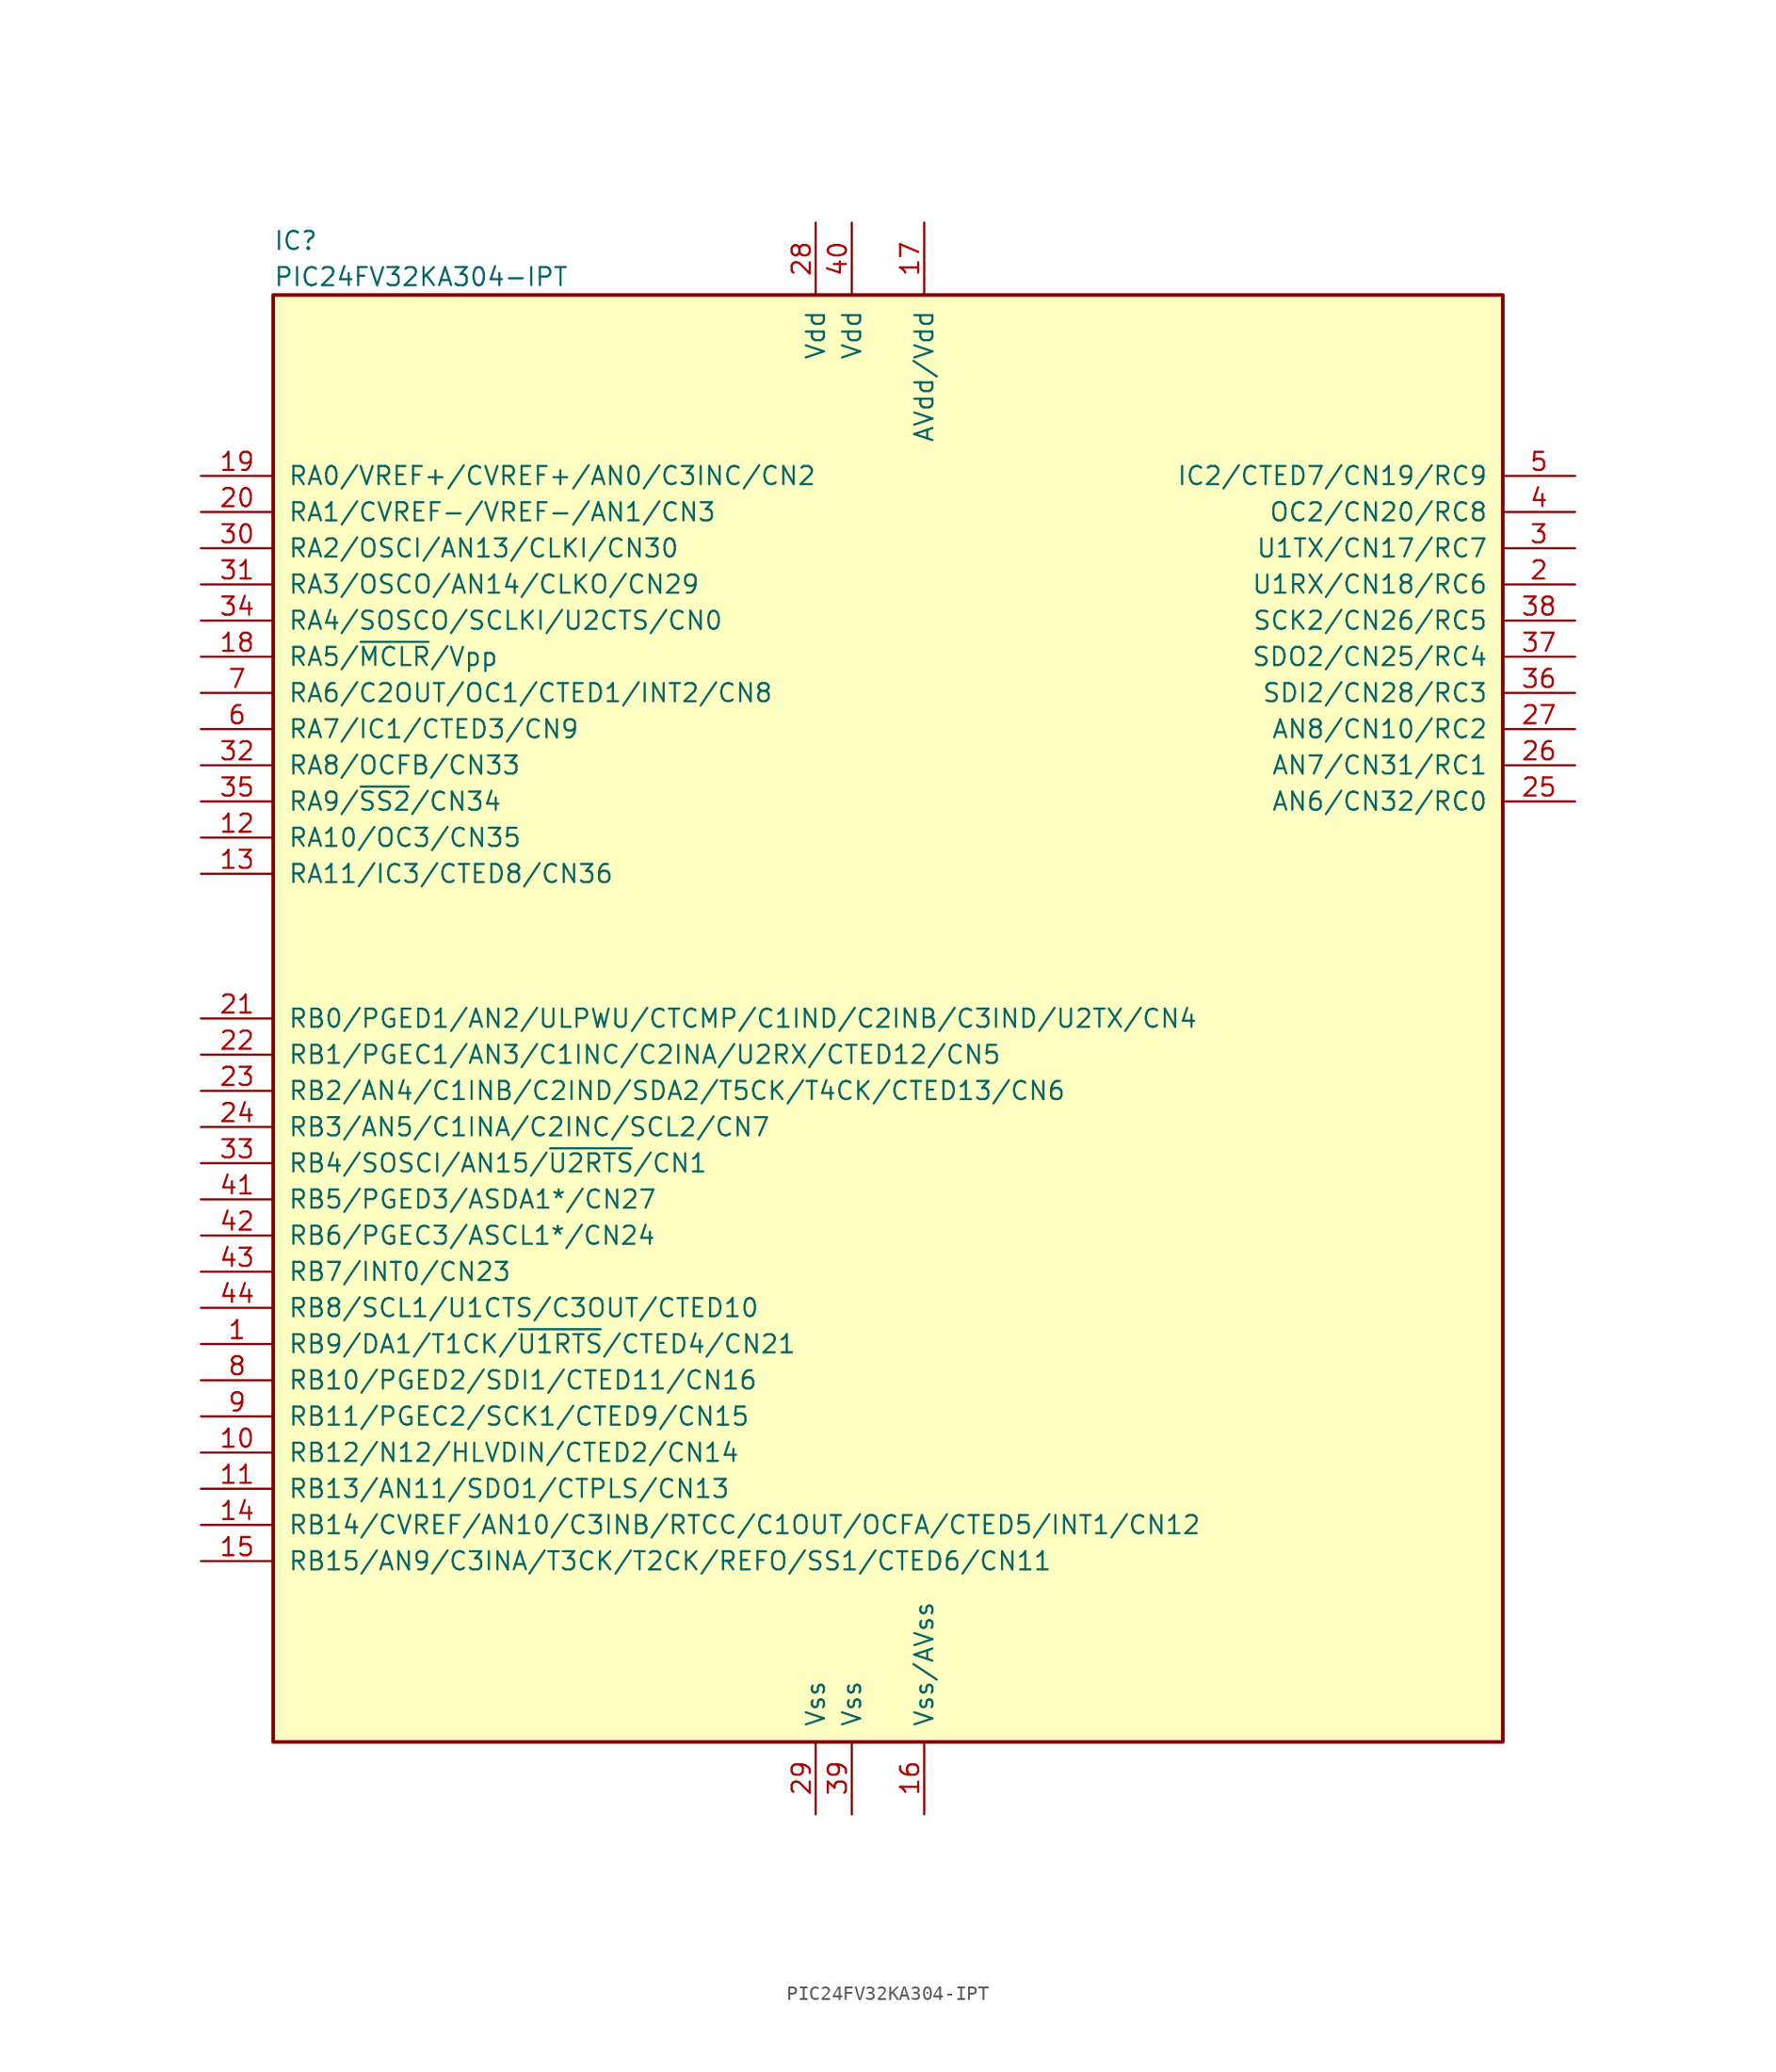
<source format=kicad_sym>
(kicad_symbol_lib
  (version 20201005)
  (generator kicad_symbol_editor)
  (symbol "PIC24FV32KA304-IPT"
    (pin_names
      (offset 1.016))
    (property "Reference" "IC"
      (at -43.18 54.61 0)
      (effects (font (size 1.27 1.27)) (justify left)))
    (property "Value" "PIC24FV32KA304-IPT"
      (at -43.18 52.07 0)
      (effects (font (size 1.27 1.27)) (justify left)))
    (symbol "PIC24FV32KA304-IPT_1_0"
      (rectangle (start -43.18 -50.8) (end 43.18 50.8) (stroke (width 0.254)) (fill (type background))))
    (symbol "PIC24FV32KA304-IPT_1_1"
      (pin bidirectional line (at -48.26 -22.86 0) (length 5.08) (name "RB9/DA1/T1CK/~U1RTS~/CTED4/CN21" (effects (font (size 1.27 1.27)))) (number "1" (effects (font (size 1.27 1.27)))))
      (pin bidirectional line (at 48.26 30.48 180) (length 5.08) (name "U1RX/CN18/RC6" (effects (font (size 1.27 1.27)))) (number "2" (effects (font (size 1.27 1.27)))))
      (pin bidirectional line (at 48.26 33.02 180) (length 5.08) (name "U1TX/CN17/RC7" (effects (font (size 1.27 1.27)))) (number "3" (effects (font (size 1.27 1.27)))))
      (pin bidirectional line (at 48.26 35.56 180) (length 5.08) (name "OC2/CN20/RC8" (effects (font (size 1.27 1.27)))) (number "4" (effects (font (size 1.27 1.27)))))
      (pin bidirectional line (at 48.26 38.1 180) (length 5.08) (name "IC2/CTED7/CN19/RC9" (effects (font (size 1.27 1.27)))) (number "5" (effects (font (size 1.27 1.27)))))
      (pin bidirectional line (at -48.26 20.32 0) (length 5.08) (name "RA7/IC1/CTED3/CN9" (effects (font (size 1.27 1.27)))) (number "6" (effects (font (size 1.27 1.27)))))
      (pin bidirectional line (at -48.26 22.86 0) (length 5.08) (name "RA6/C2OUT/OC1/CTED1/INT2/CN8" (effects (font (size 1.27 1.27)))) (number "7" (effects (font (size 1.27 1.27)))))
      (pin bidirectional line (at -48.26 -25.4 0) (length 5.08) (name "RB10/PGED2/SDI1/CTED11/CN16" (effects (font (size 1.27 1.27)))) (number "8" (effects (font (size 1.27 1.27)))))
      (pin bidirectional line (at -48.26 -27.94 0) (length 5.08) (name "RB11/PGEC2/SCK1/CTED9/CN15" (effects (font (size 1.27 1.27)))) (number "9" (effects (font (size 1.27 1.27)))))
      (pin bidirectional line (at -48.26 -30.48 0) (length 5.08) (name "RB12/N12/HLVDIN/CTED2/CN14" (effects (font (size 1.27 1.27)))) (number "10" (effects (font (size 1.27 1.27)))))
      (pin bidirectional line (at -48.26 35.56 0) (length 5.08) (name "RA1/CVREF-/VREF-/AN1/CN3" (effects (font (size 1.27 1.27)))) (number "20" (effects (font (size 1.27 1.27)))))
      (pin bidirectional line (at -48.26 33.02 0) (length 5.08) (name "RA2/OSCI/AN13/CLKI/CN30" (effects (font (size 1.27 1.27)))) (number "30" (effects (font (size 1.27 1.27)))))
      (pin power_in line (at -2.54 55.88 270) (length 5.08) (name "Vdd" (effects (font (size 1.27 1.27)))) (number "40" (effects (font (size 1.27 1.27)))))
      (pin bidirectional line (at -48.26 -33.02 0) (length 5.08) (name "RB13/AN11/SDO1/CTPLS/CN13" (effects (font (size 1.27 1.27)))) (number "11" (effects (font (size 1.27 1.27)))))
      (pin bidirectional line (at -48.26 0 0) (length 5.08) (name "RB0/PGED1/AN2/ULPWU/CTCMP/C1IND/C2INB/C3IND/U2TX/CN4" (effects (font (size 1.27 1.27)))) (number "21" (effects (font (size 1.27 1.27)))))
      (pin bidirectional line (at -48.26 30.48 0) (length 5.08) (name "RA3/OSCO/AN14/CLKO/CN29" (effects (font (size 1.27 1.27)))) (number "31" (effects (font (size 1.27 1.27)))))
      (pin bidirectional line (at -48.26 -12.7 0) (length 5.08) (name "RB5/PGED3/ASDA1*/CN27" (effects (font (size 1.27 1.27)))) (number "41" (effects (font (size 1.27 1.27)))))
      (pin bidirectional line (at -48.26 12.7 0) (length 5.08) (name "RA10/OC3/CN35" (effects (font (size 1.27 1.27)))) (number "12" (effects (font (size 1.27 1.27)))))
      (pin bidirectional line (at -48.26 -2.54 0) (length 5.08) (name "RB1/PGEC1/AN3/C1INC/C2INA/U2RX/CTED12/CN5" (effects (font (size 1.27 1.27)))) (number "22" (effects (font (size 1.27 1.27)))))
      (pin bidirectional line (at -48.26 17.78 0) (length 5.08) (name "RA8/OCFB/CN33" (effects (font (size 1.27 1.27)))) (number "32" (effects (font (size 1.27 1.27)))))
      (pin bidirectional line (at -48.26 -15.24 0) (length 5.08) (name "RB6/PGEC3/ASCL1*/CN24" (effects (font (size 1.27 1.27)))) (number "42" (effects (font (size 1.27 1.27)))))
      (pin bidirectional line (at -48.26 10.16 0) (length 5.08) (name "RA11/IC3/CTED8/CN36" (effects (font (size 1.27 1.27)))) (number "13" (effects (font (size 1.27 1.27)))))
      (pin bidirectional line (at -48.26 -5.08 0) (length 5.08) (name "RB2/AN4/C1INB/C2IND/SDA2/T5CK/T4CK/CTED13/CN6" (effects (font (size 1.27 1.27)))) (number "23" (effects (font (size 1.27 1.27)))))
      (pin bidirectional line (at -48.26 -10.16 0) (length 5.08) (name "RB4/SOSCI/AN15/~U2RTS~/CN1" (effects (font (size 1.27 1.27)))) (number "33" (effects (font (size 1.27 1.27)))))
      (pin bidirectional line (at -48.26 -17.78 0) (length 5.08) (name "RB7/INT0/CN23" (effects (font (size 1.27 1.27)))) (number "43" (effects (font (size 1.27 1.27)))))
      (pin bidirectional line (at -48.26 -35.56 0) (length 5.08) (name "RB14/CVREF/AN10/C3INB/RTCC/C1OUT/OCFA/CTED5/INT1/CN12" (effects (font (size 1.27 1.27)))) (number "14" (effects (font (size 1.27 1.27)))))
      (pin bidirectional line (at -48.26 -7.62 0) (length 5.08) (name "RB3/AN5/C1INA/C2INC/SCL2/CN7" (effects (font (size 1.27 1.27)))) (number "24" (effects (font (size 1.27 1.27)))))
      (pin bidirectional line (at -48.26 27.94 0) (length 5.08) (name "RA4/SOSCO/SCLKI/U2CTS/CN0" (effects (font (size 1.27 1.27)))) (number "34" (effects (font (size 1.27 1.27)))))
      (pin bidirectional line (at -48.26 -20.32 0) (length 5.08) (name "RB8/SCL1/U1CTS/C3OUT/CTED10" (effects (font (size 1.27 1.27)))) (number "44" (effects (font (size 1.27 1.27)))))
      (pin bidirectional line (at -48.26 -38.1 0) (length 5.08) (name "RB15/AN9/C3INA/T3CK/T2CK/REFO/SS1/CTED6/CN11" (effects (font (size 1.27 1.27)))) (number "15" (effects (font (size 1.27 1.27)))))
      (pin bidirectional line (at 48.26 15.24 180) (length 5.08) (name "AN6/CN32/RC0" (effects (font (size 1.27 1.27)))) (number "25" (effects (font (size 1.27 1.27)))))
      (pin bidirectional line (at -48.26 15.24 0) (length 5.08) (name "RA9/~SS2~/CN34" (effects (font (size 1.27 1.27)))) (number "35" (effects (font (size 1.27 1.27)))))
      (pin power_in line (at 2.54 -55.88 90) (length 5.08) (name "Vss/AVss" (effects (font (size 1.27 1.27)))) (number "16" (effects (font (size 1.27 1.27)))))
      (pin bidirectional line (at 48.26 17.78 180) (length 5.08) (name "AN7/CN31/RC1" (effects (font (size 1.27 1.27)))) (number "26" (effects (font (size 1.27 1.27)))))
      (pin bidirectional line (at 48.26 22.86 180) (length 5.08) (name "SDI2/CN28/RC3" (effects (font (size 1.27 1.27)))) (number "36" (effects (font (size 1.27 1.27)))))
      (pin power_in line (at 2.54 55.88 270) (length 5.08) (name "AVdd/Vdd" (effects (font (size 1.27 1.27)))) (number "17" (effects (font (size 1.27 1.27)))))
      (pin bidirectional line (at 48.26 20.32 180) (length 5.08) (name "AN8/CN10/RC2" (effects (font (size 1.27 1.27)))) (number "27" (effects (font (size 1.27 1.27)))))
      (pin bidirectional line (at 48.26 25.4 180) (length 5.08) (name "SDO2/CN25/RC4" (effects (font (size 1.27 1.27)))) (number "37" (effects (font (size 1.27 1.27)))))
      (pin bidirectional line (at -48.26 25.4 0) (length 5.08) (name "RA5/~MCLR~/Vpp" (effects (font (size 1.27 1.27)))) (number "18" (effects (font (size 1.27 1.27)))))
      (pin power_in line (at -5.08 55.88 270) (length 5.08) (name "Vdd" (effects (font (size 1.27 1.27)))) (number "28" (effects (font (size 1.27 1.27)))))
      (pin bidirectional line (at 48.26 27.94 180) (length 5.08) (name "SCK2/CN26/RC5" (effects (font (size 1.27 1.27)))) (number "38" (effects (font (size 1.27 1.27)))))
      (pin bidirectional line (at -48.26 38.1 0) (length 5.08) (name "RA0/VREF+/CVREF+/AN0/C3INC/CN2" (effects (font (size 1.27 1.27)))) (number "19" (effects (font (size 1.27 1.27)))))
      (pin power_in line (at -5.08 -55.88 90) (length 5.08) (name "Vss" (effects (font (size 1.27 1.27)))) (number "29" (effects (font (size 1.27 1.27)))))
      (pin power_in line (at -2.54 -55.88 90) (length 5.08) (name "Vss" (effects (font (size 1.27 1.27)))) (number "39" (effects (font (size 1.27 1.27))))))))
</source>
